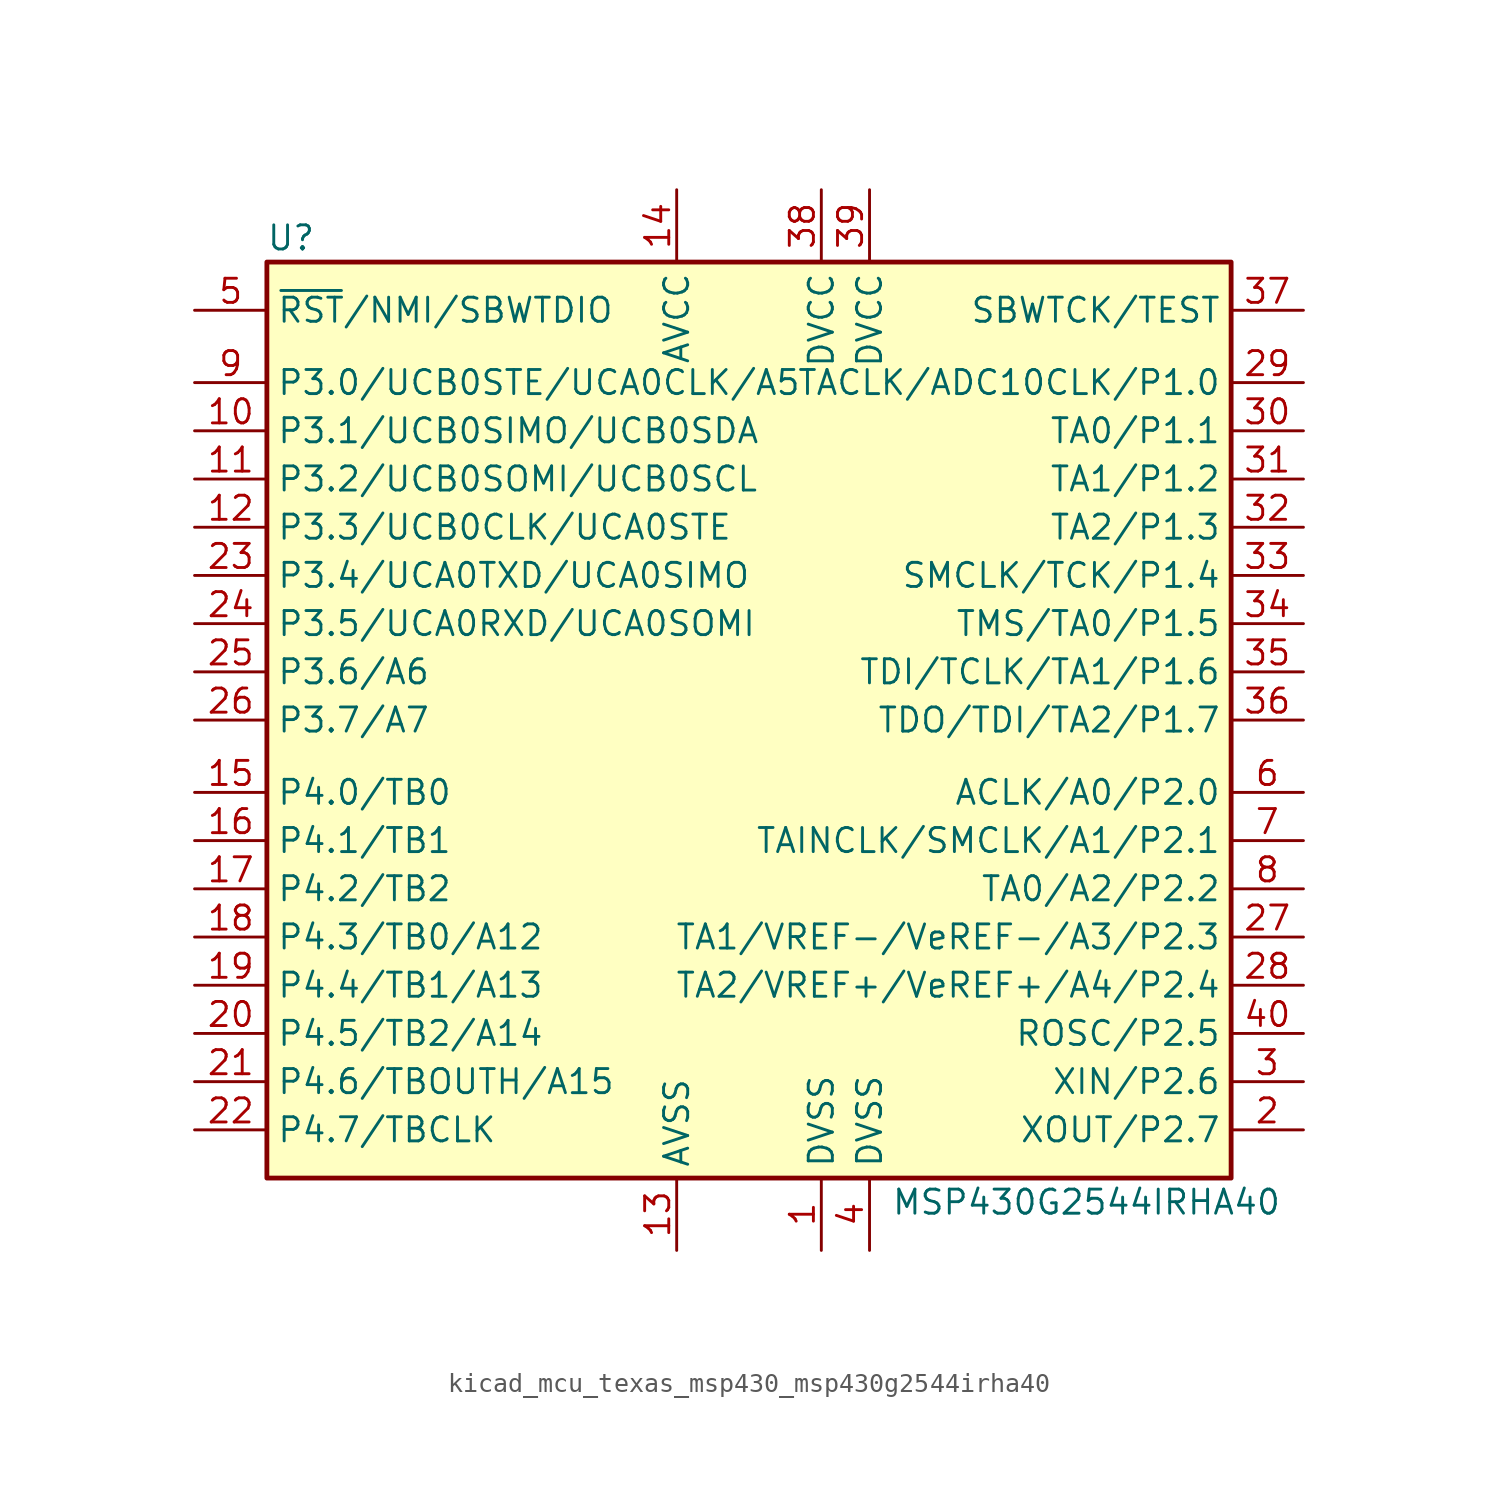
<source format=kicad_sym>
(kicad_symbol_lib
  (version 20220914)
  (generator kicad_symbol_editor)
  (symbol "kicad_mcu_texas_msp430_msp430g2544irha40"
    (property "Reference" "U"
      (at -24.13 25.4 0)
      (effects (font (size 1.27 1.27))))
    (property "Value" "MSP430G2544IRHA40"
      (at 17.78 -25.4 0)
      (effects (font (size 1.27 1.27))))
    (symbol "kicad_mcu_texas_msp430_msp430g2544irha40_0_1"
      (rectangle (start -25.4 24.13) (end 25.4 -24.13) (stroke (width 0.254) (type default)) (fill (type background))))
    (symbol "kicad_mcu_texas_msp430_msp430g2544irha40_1_1"
      (pin power_in line (at 3.81 -27.94 90) (length 3.81) (name "DVSS" (effects (font (size 1.27 1.27)))) (number "1" (effects (font (size 1.27 1.27)))))
      (pin bidirectional line (at -29.21 15.24 0) (length 3.81) (name "P3.1/UCB0SIMO/UCB0SDA" (effects (font (size 1.27 1.27)))) (number "10" (effects (font (size 1.27 1.27)))))
      (pin bidirectional line (at -29.21 12.7 0) (length 3.81) (name "P3.2/UCB0SOMI/UCB0SCL" (effects (font (size 1.27 1.27)))) (number "11" (effects (font (size 1.27 1.27)))))
      (pin bidirectional line (at -29.21 10.16 0) (length 3.81) (name "P3.3/UCB0CLK/UCA0STE" (effects (font (size 1.27 1.27)))) (number "12" (effects (font (size 1.27 1.27)))))
      (pin power_in line (at -3.81 -27.94 90) (length 3.81) (name "AVSS" (effects (font (size 1.27 1.27)))) (number "13" (effects (font (size 1.27 1.27)))))
      (pin power_in line (at -3.81 27.94 270) (length 3.81) (name "AVCC" (effects (font (size 1.27 1.27)))) (number "14" (effects (font (size 1.27 1.27)))))
      (pin bidirectional line (at -29.21 -3.81 0) (length 3.81) (name "P4.0/TB0" (effects (font (size 1.27 1.27)))) (number "15" (effects (font (size 1.27 1.27)))))
      (pin bidirectional line (at -29.21 -6.35 0) (length 3.81) (name "P4.1/TB1" (effects (font (size 1.27 1.27)))) (number "16" (effects (font (size 1.27 1.27)))))
      (pin bidirectional line (at -29.21 -8.89 0) (length 3.81) (name "P4.2/TB2" (effects (font (size 1.27 1.27)))) (number "17" (effects (font (size 1.27 1.27)))))
      (pin bidirectional line (at -29.21 -11.43 0) (length 3.81) (name "P4.3/TB0/A12" (effects (font (size 1.27 1.27)))) (number "18" (effects (font (size 1.27 1.27)))))
      (pin bidirectional line (at -29.21 -13.97 0) (length 3.81) (name "P4.4/TB1/A13" (effects (font (size 1.27 1.27)))) (number "19" (effects (font (size 1.27 1.27)))))
      (pin bidirectional line (at 29.21 -21.59 180) (length 3.81) (name "XOUT/P2.7" (effects (font (size 1.27 1.27)))) (number "2" (effects (font (size 1.27 1.27)))))
      (pin bidirectional line (at -29.21 -16.51 0) (length 3.81) (name "P4.5/TB2/A14" (effects (font (size 1.27 1.27)))) (number "20" (effects (font (size 1.27 1.27)))))
      (pin bidirectional line (at -29.21 -19.05 0) (length 3.81) (name "P4.6/TBOUTH/A15" (effects (font (size 1.27 1.27)))) (number "21" (effects (font (size 1.27 1.27)))))
      (pin bidirectional line (at -29.21 -21.59 0) (length 3.81) (name "P4.7/TBCLK" (effects (font (size 1.27 1.27)))) (number "22" (effects (font (size 1.27 1.27)))))
      (pin bidirectional line (at -29.21 7.62 0) (length 3.81) (name "P3.4/UCA0TXD/UCA0SIMO" (effects (font (size 1.27 1.27)))) (number "23" (effects (font (size 1.27 1.27)))))
      (pin bidirectional line (at -29.21 5.08 0) (length 3.81) (name "P3.5/UCA0RXD/UCA0SOMI" (effects (font (size 1.27 1.27)))) (number "24" (effects (font (size 1.27 1.27)))))
      (pin bidirectional line (at -29.21 2.54 0) (length 3.81) (name "P3.6/A6" (effects (font (size 1.27 1.27)))) (number "25" (effects (font (size 1.27 1.27)))))
      (pin bidirectional line (at -29.21 0 0) (length 3.81) (name "P3.7/A7" (effects (font (size 1.27 1.27)))) (number "26" (effects (font (size 1.27 1.27)))))
      (pin bidirectional line (at 29.21 -11.43 180) (length 3.81) (name "TA1/VREF-/VeREF-/A3/P2.3" (effects (font (size 1.27 1.27)))) (number "27" (effects (font (size 1.27 1.27)))))
      (pin bidirectional line (at 29.21 -13.97 180) (length 3.81) (name "TA2/VREF+/VeREF+/A4/P2.4" (effects (font (size 1.27 1.27)))) (number "28" (effects (font (size 1.27 1.27)))))
      (pin bidirectional line (at 29.21 17.78 180) (length 3.81) (name "TACLK/ADC10CLK/P1.0" (effects (font (size 1.27 1.27)))) (number "29" (effects (font (size 1.27 1.27)))))
      (pin bidirectional line (at 29.21 -19.05 180) (length 3.81) (name "XIN/P2.6" (effects (font (size 1.27 1.27)))) (number "3" (effects (font (size 1.27 1.27)))))
      (pin bidirectional line (at 29.21 15.24 180) (length 3.81) (name "TA0/P1.1" (effects (font (size 1.27 1.27)))) (number "30" (effects (font (size 1.27 1.27)))))
      (pin bidirectional line (at 29.21 12.7 180) (length 3.81) (name "TA1/P1.2" (effects (font (size 1.27 1.27)))) (number "31" (effects (font (size 1.27 1.27)))))
      (pin bidirectional line (at 29.21 10.16 180) (length 3.81) (name "TA2/P1.3" (effects (font (size 1.27 1.27)))) (number "32" (effects (font (size 1.27 1.27)))))
      (pin bidirectional line (at 29.21 7.62 180) (length 3.81) (name "SMCLK/TCK/P1.4" (effects (font (size 1.27 1.27)))) (number "33" (effects (font (size 1.27 1.27)))))
      (pin bidirectional line (at 29.21 5.08 180) (length 3.81) (name "TMS/TA0/P1.5" (effects (font (size 1.27 1.27)))) (number "34" (effects (font (size 1.27 1.27)))))
      (pin bidirectional line (at 29.21 2.54 180) (length 3.81) (name "TDI/TCLK/TA1/P1.6" (effects (font (size 1.27 1.27)))) (number "35" (effects (font (size 1.27 1.27)))))
      (pin bidirectional line (at 29.21 0 180) (length 3.81) (name "TDO/TDI/TA2/P1.7" (effects (font (size 1.27 1.27)))) (number "36" (effects (font (size 1.27 1.27)))))
      (pin input line (at 29.21 21.59 180) (length 3.81) (name "SBWTCK/TEST" (effects (font (size 1.27 1.27)))) (number "37" (effects (font (size 1.27 1.27)))))
      (pin power_in line (at 3.81 27.94 270) (length 3.81) (name "DVCC" (effects (font (size 1.27 1.27)))) (number "38" (effects (font (size 1.27 1.27)))))
      (pin power_in line (at 6.35 27.94 270) (length 3.81) (name "DVCC" (effects (font (size 1.27 1.27)))) (number "39" (effects (font (size 1.27 1.27)))))
      (pin power_in line (at 6.35 -27.94 90) (length 3.81) (name "DVSS" (effects (font (size 1.27 1.27)))) (number "4" (effects (font (size 1.27 1.27)))))
      (pin bidirectional line (at 29.21 -16.51 180) (length 3.81) (name "ROSC/P2.5" (effects (font (size 1.27 1.27)))) (number "40" (effects (font (size 1.27 1.27)))))
      (pin input line (at -29.21 21.59 0) (length 3.81) (name "~{RST}/NMI/SBWTDIO" (effects (font (size 1.27 1.27)))) (number "5" (effects (font (size 1.27 1.27)))))
      (pin bidirectional line (at 29.21 -3.81 180) (length 3.81) (name "ACLK/A0/P2.0" (effects (font (size 1.27 1.27)))) (number "6" (effects (font (size 1.27 1.27)))))
      (pin bidirectional line (at 29.21 -6.35 180) (length 3.81) (name "TAINCLK/SMCLK/A1/P2.1" (effects (font (size 1.27 1.27)))) (number "7" (effects (font (size 1.27 1.27)))))
      (pin bidirectional line (at 29.21 -8.89 180) (length 3.81) (name "TA0/A2/P2.2" (effects (font (size 1.27 1.27)))) (number "8" (effects (font (size 1.27 1.27)))))
      (pin bidirectional line (at -29.21 17.78 0) (length 3.81) (name "P3.0/UCB0STE/UCA0CLK/A5" (effects (font (size 1.27 1.27)))) (number "9" (effects (font (size 1.27 1.27))))))))
</source>
